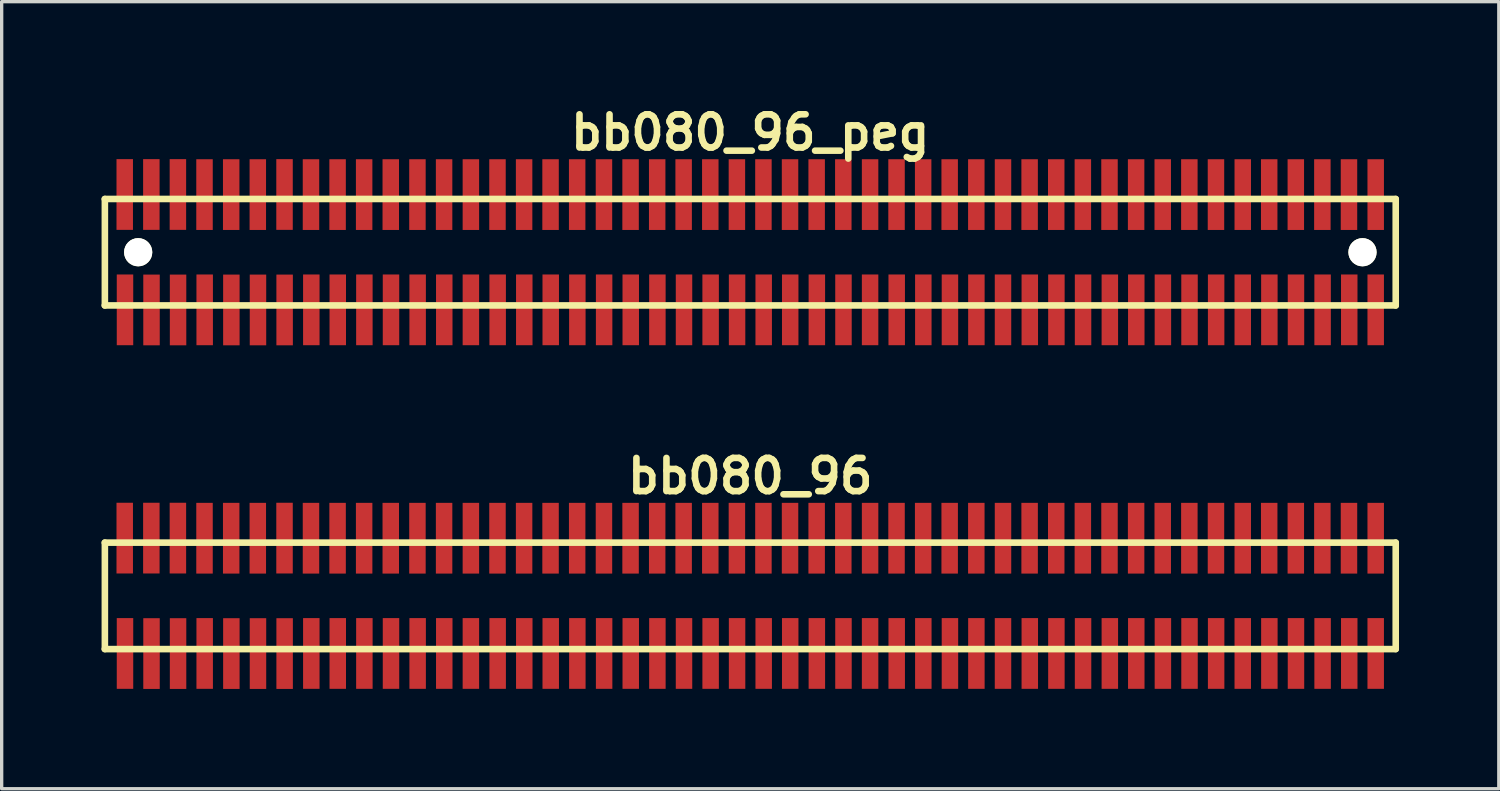
<source format=kicad_pcb>
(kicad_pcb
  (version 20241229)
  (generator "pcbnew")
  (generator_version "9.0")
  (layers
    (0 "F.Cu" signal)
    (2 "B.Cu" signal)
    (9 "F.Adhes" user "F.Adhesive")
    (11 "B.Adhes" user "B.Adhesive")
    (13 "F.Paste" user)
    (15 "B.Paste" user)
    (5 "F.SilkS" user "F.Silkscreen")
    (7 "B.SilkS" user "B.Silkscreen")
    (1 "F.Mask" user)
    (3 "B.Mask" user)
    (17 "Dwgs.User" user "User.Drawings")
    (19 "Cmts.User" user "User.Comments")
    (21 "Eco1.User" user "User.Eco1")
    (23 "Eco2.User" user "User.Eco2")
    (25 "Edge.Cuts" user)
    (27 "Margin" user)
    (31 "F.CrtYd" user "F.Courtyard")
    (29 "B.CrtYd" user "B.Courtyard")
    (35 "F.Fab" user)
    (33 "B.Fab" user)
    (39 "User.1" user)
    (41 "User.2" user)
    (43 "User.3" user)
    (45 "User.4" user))
  (footprint "bb080_96_peg"
    (layer "F.Cu")
    (at 19.5 4.531)
    (property "Reference" "bb080_96_peg" (at 0 -3.599 0) (layer "F.SilkS") (effects (font (size 0.998 0.998) (thickness 0.198))))
    (attr through_hole)
    (fp_line (start -19.401 -1.6) (end 19.401 -1.6) (stroke (width 0.198) (type solid)) (layer "F.SilkS"))
    (fp_line (start -19.398 -1.6) (end -19.398 1.6) (stroke (width 0.198) (type solid)) (layer "F.SilkS"))
    (fp_line (start 19.401 1.6) (end -19.401 1.6) (stroke (width 0.198) (type solid)) (layer "F.SilkS"))
    (fp_line (start 19.401 1.6) (end 19.401 -1.6) (stroke (width 0.198) (type solid)) (layer "F.SilkS"))
    (pad "" np_thru_hole circle (at -18.397 0) (size 0.848 0.848) (drill 0.848) (layers "*.Cu" "*.Mask" "F.SilkS"))
    (pad "" np_thru_hole circle (at 18.402 0) (size 0.848 0.848) (drill 0.848) (layers "*.Cu" "*.Mask" "F.SilkS"))
    (pad "1" smd rect (at -18.793 1.732) (size 0.495 2.126) (layers "F.Cu" "F.Mask" "F.Paste"))
    (pad "2" smd rect (at -18.801 -1.735) (size 0.495 2.126) (layers "F.Cu" "F.Mask" "F.Paste"))
    (pad "3" smd rect (at -17.996 1.735) (size 0.495 2.126) (layers "F.Cu" "F.Mask" "F.Paste"))
    (pad "4" smd rect (at -18.001 -1.735) (size 0.495 2.126) (layers "F.Cu" "F.Mask" "F.Paste"))
    (pad "5" smd rect (at -17.198 1.735) (size 0.495 2.126) (layers "F.Cu" "F.Mask" "F.Paste"))
    (pad "6" smd rect (at -17.203 -1.735) (size 0.495 2.126) (layers "F.Cu" "F.Mask" "F.Paste"))
    (pad "7" smd rect (at -16.398 1.732) (size 0.495 2.126) (layers "F.Cu" "F.Mask" "F.Paste"))
    (pad "8" smd rect (at -16.403 -1.732) (size 0.495 2.126) (layers "F.Cu" "F.Mask" "F.Paste"))
    (pad "9" smd rect (at -15.596 1.735) (size 0.495 2.126) (layers "F.Cu" "F.Mask" "F.Paste"))
    (pad "10" smd rect (at -15.601 -1.732) (size 0.495 2.126) (layers "F.Cu" "F.Mask" "F.Paste"))
    (pad "11" smd rect (at -14.796 1.735) (size 0.495 2.126) (layers "F.Cu" "F.Mask" "F.Paste"))
    (pad "12" smd rect (at -14.801 -1.732) (size 0.495 2.126) (layers "F.Cu" "F.Mask" "F.Paste"))
    (pad "13" smd rect (at -13.995 1.735) (size 0.495 2.126) (layers "F.Cu" "F.Mask" "F.Paste"))
    (pad "14" smd rect (at -13.998 -1.735) (size 0.495 2.126) (layers "F.Cu" "F.Mask" "F.Paste"))
    (pad "15" smd rect (at -13.193 1.732) (size 0.495 2.126) (layers "F.Cu" "F.Mask" "F.Paste"))
    (pad "16" smd rect (at -13.203 -1.732) (size 0.495 2.126) (layers "F.Cu" "F.Mask" "F.Paste"))
    (pad "17" smd rect (at -12.398 1.732) (size 0.495 2.126) (layers "F.Cu" "F.Mask" "F.Paste"))
    (pad "18" smd rect (at -12.403 -1.732) (size 0.495 2.126) (layers "F.Cu" "F.Mask" "F.Paste"))
    (pad "19" smd rect (at -11.598 1.732) (size 0.495 2.126) (layers "F.Cu" "F.Mask" "F.Paste"))
    (pad "20" smd rect (at -11.605 -1.732) (size 0.495 2.126) (layers "F.Cu" "F.Mask" "F.Paste"))
    (pad "21" smd rect (at -10.798 1.732) (size 0.495 2.126) (layers "F.Cu" "F.Mask" "F.Paste"))
    (pad "22" smd rect (at -10.805 -1.732) (size 0.495 2.126) (layers "F.Cu" "F.Mask" "F.Paste"))
    (pad "23" smd rect (at -9.997 1.732) (size 0.495 2.126) (layers "F.Cu" "F.Mask" "F.Paste"))
    (pad "24" smd rect (at -10.003 -1.732) (size 0.495 2.126) (layers "F.Cu" "F.Mask" "F.Paste"))
    (pad "25" smd rect (at -9.197 1.732) (size 0.495 2.126) (layers "F.Cu" "F.Mask" "F.Paste"))
    (pad "26" smd rect (at -9.202 -1.732) (size 0.495 2.126) (layers "F.Cu" "F.Mask" "F.Paste"))
    (pad "27" smd rect (at -8.397 1.732) (size 0.495 2.126) (layers "F.Cu" "F.Mask" "F.Paste"))
    (pad "28" smd rect (at -8.397 -1.732) (size 0.495 2.126) (layers "F.Cu" "F.Mask" "F.Paste"))
    (pad "29" smd rect (at -7.592 1.732) (size 0.495 2.126) (layers "F.Cu" "F.Mask" "F.Paste"))
    (pad "30" smd rect (at -7.597 -1.732) (size 0.495 2.126) (layers "F.Cu" "F.Mask" "F.Paste"))
    (pad "31" smd rect (at -6.792 1.732) (size 0.495 2.126) (layers "F.Cu" "F.Mask" "F.Paste"))
    (pad "32" smd rect (at -6.797 -1.732) (size 0.495 2.126) (layers "F.Cu" "F.Mask" "F.Paste"))
    (pad "33" smd rect (at -5.997 1.732) (size 0.495 2.126) (layers "F.Cu" "F.Mask" "F.Paste"))
    (pad "34" smd rect (at -6.002 -1.732) (size 0.495 2.126) (layers "F.Cu" "F.Mask" "F.Paste"))
    (pad "35" smd rect (at -5.197 1.732) (size 0.495 2.126) (layers "F.Cu" "F.Mask" "F.Paste"))
    (pad "36" smd rect (at -5.202 -1.732) (size 0.495 2.126) (layers "F.Cu" "F.Mask" "F.Paste"))
    (pad "37" smd rect (at -4.392 1.732) (size 0.495 2.126) (layers "F.Cu" "F.Mask" "F.Paste"))
    (pad "38" smd rect (at -4.397 -1.732) (size 0.495 2.126) (layers "F.Cu" "F.Mask" "F.Paste"))
    (pad "39" smd rect (at -3.592 1.732) (size 0.495 2.126) (layers "F.Cu" "F.Mask" "F.Paste"))
    (pad "40" smd rect (at -3.597 -1.732) (size 0.495 2.126) (layers "F.Cu" "F.Mask" "F.Paste"))
    (pad "41" smd rect (at -2.791 1.732) (size 0.495 2.126) (layers "F.Cu" "F.Mask" "F.Paste"))
    (pad "42" smd rect (at -2.797 -1.732) (size 0.495 2.126) (layers "F.Cu" "F.Mask" "F.Paste"))
    (pad "43" smd rect (at -1.991 1.732) (size 0.495 2.126) (layers "F.Cu" "F.Mask" "F.Paste"))
    (pad "44" smd rect (at -2.002 -1.732) (size 0.495 2.126) (layers "F.Cu" "F.Mask" "F.Paste"))
    (pad "45" smd rect (at -1.191 1.732) (size 0.495 2.126) (layers "F.Cu" "F.Mask" "F.Paste"))
    (pad "46" smd rect (at -1.201 -1.732) (size 0.495 2.126) (layers "F.Cu" "F.Mask" "F.Paste"))
    (pad "47" smd rect (at -0.396 1.732) (size 0.495 2.126) (layers "F.Cu" "F.Mask" "F.Paste"))
    (pad "48" smd rect (at -0.401 -1.732) (size 0.495 2.126) (layers "F.Cu" "F.Mask" "F.Paste"))
    (pad "49" smd rect (at 0.404 1.732) (size 0.495 2.126) (layers "F.Cu" "F.Mask" "F.Paste"))
    (pad "50" smd rect (at 0.396 -1.732) (size 0.495 2.126) (layers "F.Cu" "F.Mask" "F.Paste"))
    (pad "51" smd rect (at 1.201 1.732) (size 0.495 2.126) (layers "F.Cu" "F.Mask" "F.Paste"))
    (pad "52" smd rect (at 1.196 -1.732) (size 0.495 2.126) (layers "F.Cu" "F.Mask" "F.Paste"))
    (pad "53" smd rect (at 2.002 1.732) (size 0.495 2.126) (layers "F.Cu" "F.Mask" "F.Paste"))
    (pad "54" smd rect (at 1.996 -1.732) (size 0.495 2.126) (layers "F.Cu" "F.Mask" "F.Paste"))
    (pad "55" smd rect (at 2.802 1.732) (size 0.495 2.126) (layers "F.Cu" "F.Mask" "F.Paste"))
    (pad "56" smd rect (at 2.797 -1.732) (size 0.495 2.126) (layers "F.Cu" "F.Mask" "F.Paste"))
    (pad "57" smd rect (at 3.602 1.732) (size 0.495 2.126) (layers "F.Cu" "F.Mask" "F.Paste"))
    (pad "58" smd rect (at 3.602 -1.732) (size 0.495 2.126) (layers "F.Cu" "F.Mask" "F.Paste"))
    (pad "59" smd rect (at 4.402 1.732) (size 0.495 2.126) (layers "F.Cu" "F.Mask" "F.Paste"))
    (pad "60" smd rect (at 4.397 -1.732) (size 0.495 2.126) (layers "F.Cu" "F.Mask" "F.Paste"))
    (pad "61" smd rect (at 5.202 1.732) (size 0.495 2.126) (layers "F.Cu" "F.Mask" "F.Paste"))
    (pad "62" smd rect (at 5.197 -1.732) (size 0.495 2.126) (layers "F.Cu" "F.Mask" "F.Paste"))
    (pad "63" smd rect (at 6.002 1.732) (size 0.495 2.126) (layers "F.Cu" "F.Mask" "F.Paste"))
    (pad "64" smd rect (at 5.994 -1.732) (size 0.495 2.126) (layers "F.Cu" "F.Mask" "F.Paste"))
    (pad "65" smd rect (at 6.797 1.732) (size 0.495 2.126) (layers "F.Cu" "F.Mask" "F.Paste"))
    (pad "66" smd rect (at 6.795 -1.732) (size 0.495 2.126) (layers "F.Cu" "F.Mask" "F.Paste"))
    (pad "67" smd rect (at 7.597 1.732) (size 0.495 2.126) (layers "F.Cu" "F.Mask" "F.Paste"))
    (pad "68" smd rect (at 7.597 -1.732) (size 0.495 2.126) (layers "F.Cu" "F.Mask" "F.Paste"))
    (pad "69" smd rect (at 8.402 1.732) (size 0.495 2.126) (layers "F.Cu" "F.Mask" "F.Paste"))
    (pad "70" smd rect (at 8.397 -1.732) (size 0.495 2.126) (layers "F.Cu" "F.Mask" "F.Paste"))
    (pad "71" smd rect (at 9.202 1.732) (size 0.495 2.126) (layers "F.Cu" "F.Mask" "F.Paste"))
    (pad "72" smd rect (at 9.197 -1.732) (size 0.495 2.126) (layers "F.Cu" "F.Mask" "F.Paste"))
    (pad "73" smd rect (at 10.003 1.732) (size 0.495 2.126) (layers "F.Cu" "F.Mask" "F.Paste"))
    (pad "74" smd rect (at 9.997 -1.732) (size 0.495 2.126) (layers "F.Cu" "F.Mask" "F.Paste"))
    (pad "75" smd rect (at 10.808 1.732) (size 0.495 2.126) (layers "F.Cu" "F.Mask" "F.Paste"))
    (pad "76" smd rect (at 10.798 -1.732) (size 0.495 2.126) (layers "F.Cu" "F.Mask" "F.Paste"))
    (pad "77" smd rect (at 11.603 1.732) (size 0.495 2.126) (layers "F.Cu" "F.Mask" "F.Paste"))
    (pad "78" smd rect (at 11.598 -1.732) (size 0.495 2.126) (layers "F.Cu" "F.Mask" "F.Paste"))
    (pad "79" smd rect (at 12.403 1.732) (size 0.495 2.126) (layers "F.Cu" "F.Mask" "F.Paste"))
    (pad "80" smd rect (at 12.398 -1.732) (size 0.495 2.126) (layers "F.Cu" "F.Mask" "F.Paste"))
    (pad "81" smd rect (at 13.203 1.732) (size 0.495 2.126) (layers "F.Cu" "F.Mask" "F.Paste"))
    (pad "82" smd rect (at 13.198 -1.732) (size 0.495 2.126) (layers "F.Cu" "F.Mask" "F.Paste"))
    (pad "83" smd rect (at 14.003 1.732) (size 0.495 2.126) (layers "F.Cu" "F.Mask" "F.Paste"))
    (pad "84" smd rect (at 13.998 -1.732) (size 0.495 2.126) (layers "F.Cu" "F.Mask" "F.Paste"))
    (pad "85" smd rect (at 14.803 1.732) (size 0.495 2.126) (layers "F.Cu" "F.Mask" "F.Paste"))
    (pad "86" smd rect (at 14.803 -1.732) (size 0.495 2.126) (layers "F.Cu" "F.Mask" "F.Paste"))
    (pad "87" smd rect (at 15.603 1.732) (size 0.495 2.126) (layers "F.Cu" "F.Mask" "F.Paste"))
    (pad "88" smd rect (at 15.598 -1.732) (size 0.495 2.126) (layers "F.Cu" "F.Mask" "F.Paste"))
    (pad "89" smd rect (at 16.403 1.732) (size 0.495 2.126) (layers "F.Cu" "F.Mask" "F.Paste"))
    (pad "90" smd rect (at 16.398 -1.732) (size 0.495 2.126) (layers "F.Cu" "F.Mask" "F.Paste"))
    (pad "91" smd rect (at 17.203 1.732) (size 0.495 2.126) (layers "F.Cu" "F.Mask" "F.Paste"))
    (pad "92" smd rect (at 17.196 -1.732) (size 0.495 2.126) (layers "F.Cu" "F.Mask" "F.Paste"))
    (pad "93" smd rect (at 18.004 1.732) (size 0.495 2.126) (layers "F.Cu" "F.Mask" "F.Paste"))
    (pad "94" smd rect (at 17.996 -1.732) (size 0.495 2.126) (layers "F.Cu" "F.Mask" "F.Paste"))
    (pad "95" smd rect (at 18.799 1.732) (size 0.495 2.126) (layers "F.Cu" "F.Mask" "F.Paste"))
    (pad "96" smd rect (at 18.799 -1.732) (size 0.495 2.126) (layers "F.Cu" "F.Mask" "F.Paste")))
  (footprint "bb080_96"
    (layer "F.Cu")
    (at 19.5 14.859)
    (property "Reference" "bb080_96" (at 0 -3.599 0) (layer "F.SilkS") (effects (font (size 0.998 0.998) (thickness 0.198))))
    (attr through_hole)
    (fp_line (start -19.401 -1.6) (end 19.401 -1.6) (stroke (width 0.198) (type solid)) (layer "F.SilkS"))
    (fp_line (start -19.398 -1.6) (end -19.398 1.6) (stroke (width 0.198) (type solid)) (layer "F.SilkS"))
    (fp_line (start 19.401 1.6) (end -19.401 1.6) (stroke (width 0.198) (type solid)) (layer "F.SilkS"))
    (fp_line (start 19.401 1.6) (end 19.401 -1.6) (stroke (width 0.198) (type solid)) (layer "F.SilkS"))
    (pad "1" smd rect (at -18.793 1.732) (size 0.495 2.126) (layers "F.Cu" "F.Mask" "F.Paste"))
    (pad "2" smd rect (at -18.801 -1.735) (size 0.495 2.126) (layers "F.Cu" "F.Mask" "F.Paste"))
    (pad "3" smd rect (at -17.996 1.735) (size 0.495 2.126) (layers "F.Cu" "F.Mask" "F.Paste"))
    (pad "4" smd rect (at -18.001 -1.735) (size 0.495 2.126) (layers "F.Cu" "F.Mask" "F.Paste"))
    (pad "5" smd rect (at -17.198 1.735) (size 0.495 2.126) (layers "F.Cu" "F.Mask" "F.Paste"))
    (pad "6" smd rect (at -17.203 -1.735) (size 0.495 2.126) (layers "F.Cu" "F.Mask" "F.Paste"))
    (pad "7" smd rect (at -16.398 1.732) (size 0.495 2.126) (layers "F.Cu" "F.Mask" "F.Paste"))
    (pad "8" smd rect (at -16.403 -1.732) (size 0.495 2.126) (layers "F.Cu" "F.Mask" "F.Paste"))
    (pad "9" smd rect (at -15.596 1.735) (size 0.495 2.126) (layers "F.Cu" "F.Mask" "F.Paste"))
    (pad "10" smd rect (at -15.601 -1.732) (size 0.495 2.126) (layers "F.Cu" "F.Mask" "F.Paste"))
    (pad "11" smd rect (at -14.796 1.735) (size 0.495 2.126) (layers "F.Cu" "F.Mask" "F.Paste"))
    (pad "12" smd rect (at -14.801 -1.732) (size 0.495 2.126) (layers "F.Cu" "F.Mask" "F.Paste"))
    (pad "13" smd rect (at -13.995 1.735) (size 0.495 2.126) (layers "F.Cu" "F.Mask" "F.Paste"))
    (pad "14" smd rect (at -13.998 -1.735) (size 0.495 2.126) (layers "F.Cu" "F.Mask" "F.Paste"))
    (pad "15" smd rect (at -13.193 1.732) (size 0.495 2.126) (layers "F.Cu" "F.Mask" "F.Paste"))
    (pad "16" smd rect (at -13.203 -1.732) (size 0.495 2.126) (layers "F.Cu" "F.Mask" "F.Paste"))
    (pad "17" smd rect (at -12.398 1.732) (size 0.495 2.126) (layers "F.Cu" "F.Mask" "F.Paste"))
    (pad "18" smd rect (at -12.403 -1.732) (size 0.495 2.126) (layers "F.Cu" "F.Mask" "F.Paste"))
    (pad "19" smd rect (at -11.598 1.732) (size 0.495 2.126) (layers "F.Cu" "F.Mask" "F.Paste"))
    (pad "20" smd rect (at -11.605 -1.732) (size 0.495 2.126) (layers "F.Cu" "F.Mask" "F.Paste"))
    (pad "21" smd rect (at -10.798 1.732) (size 0.495 2.126) (layers "F.Cu" "F.Mask" "F.Paste"))
    (pad "22" smd rect (at -10.805 -1.732) (size 0.495 2.126) (layers "F.Cu" "F.Mask" "F.Paste"))
    (pad "23" smd rect (at -9.997 1.732) (size 0.495 2.126) (layers "F.Cu" "F.Mask" "F.Paste"))
    (pad "24" smd rect (at -10.003 -1.732) (size 0.495 2.126) (layers "F.Cu" "F.Mask" "F.Paste"))
    (pad "25" smd rect (at -9.197 1.732) (size 0.495 2.126) (layers "F.Cu" "F.Mask" "F.Paste"))
    (pad "26" smd rect (at -9.202 -1.732) (size 0.495 2.126) (layers "F.Cu" "F.Mask" "F.Paste"))
    (pad "27" smd rect (at -8.397 1.732) (size 0.495 2.126) (layers "F.Cu" "F.Mask" "F.Paste"))
    (pad "28" smd rect (at -8.397 -1.732) (size 0.495 2.126) (layers "F.Cu" "F.Mask" "F.Paste"))
    (pad "29" smd rect (at -7.592 1.732) (size 0.495 2.126) (layers "F.Cu" "F.Mask" "F.Paste"))
    (pad "30" smd rect (at -7.597 -1.732) (size 0.495 2.126) (layers "F.Cu" "F.Mask" "F.Paste"))
    (pad "31" smd rect (at -6.792 1.732) (size 0.495 2.126) (layers "F.Cu" "F.Mask" "F.Paste"))
    (pad "32" smd rect (at -6.797 -1.732) (size 0.495 2.126) (layers "F.Cu" "F.Mask" "F.Paste"))
    (pad "33" smd rect (at -5.997 1.732) (size 0.495 2.126) (layers "F.Cu" "F.Mask" "F.Paste"))
    (pad "34" smd rect (at -6.002 -1.732) (size 0.495 2.126) (layers "F.Cu" "F.Mask" "F.Paste"))
    (pad "35" smd rect (at -5.197 1.732) (size 0.495 2.126) (layers "F.Cu" "F.Mask" "F.Paste"))
    (pad "36" smd rect (at -5.202 -1.732) (size 0.495 2.126) (layers "F.Cu" "F.Mask" "F.Paste"))
    (pad "37" smd rect (at -4.392 1.732) (size 0.495 2.126) (layers "F.Cu" "F.Mask" "F.Paste"))
    (pad "38" smd rect (at -4.397 -1.732) (size 0.495 2.126) (layers "F.Cu" "F.Mask" "F.Paste"))
    (pad "39" smd rect (at -3.592 1.732) (size 0.495 2.126) (layers "F.Cu" "F.Mask" "F.Paste"))
    (pad "40" smd rect (at -3.597 -1.732) (size 0.495 2.126) (layers "F.Cu" "F.Mask" "F.Paste"))
    (pad "41" smd rect (at -2.791 1.732) (size 0.495 2.126) (layers "F.Cu" "F.Mask" "F.Paste"))
    (pad "42" smd rect (at -2.797 -1.732) (size 0.495 2.126) (layers "F.Cu" "F.Mask" "F.Paste"))
    (pad "43" smd rect (at -1.991 1.732) (size 0.495 2.126) (layers "F.Cu" "F.Mask" "F.Paste"))
    (pad "44" smd rect (at -2.002 -1.732) (size 0.495 2.126) (layers "F.Cu" "F.Mask" "F.Paste"))
    (pad "45" smd rect (at -1.191 1.732) (size 0.495 2.126) (layers "F.Cu" "F.Mask" "F.Paste"))
    (pad "46" smd rect (at -1.201 -1.732) (size 0.495 2.126) (layers "F.Cu" "F.Mask" "F.Paste"))
    (pad "47" smd rect (at -0.396 1.732) (size 0.495 2.126) (layers "F.Cu" "F.Mask" "F.Paste"))
    (pad "48" smd rect (at -0.401 -1.732) (size 0.495 2.126) (layers "F.Cu" "F.Mask" "F.Paste"))
    (pad "49" smd rect (at 0.404 1.732) (size 0.495 2.126) (layers "F.Cu" "F.Mask" "F.Paste"))
    (pad "50" smd rect (at 0.396 -1.732) (size 0.495 2.126) (layers "F.Cu" "F.Mask" "F.Paste"))
    (pad "51" smd rect (at 1.201 1.732) (size 0.495 2.126) (layers "F.Cu" "F.Mask" "F.Paste"))
    (pad "52" smd rect (at 1.196 -1.732) (size 0.495 2.126) (layers "F.Cu" "F.Mask" "F.Paste"))
    (pad "53" smd rect (at 2.002 1.732) (size 0.495 2.126) (layers "F.Cu" "F.Mask" "F.Paste"))
    (pad "54" smd rect (at 1.996 -1.732) (size 0.495 2.126) (layers "F.Cu" "F.Mask" "F.Paste"))
    (pad "55" smd rect (at 2.802 1.732) (size 0.495 2.126) (layers "F.Cu" "F.Mask" "F.Paste"))
    (pad "56" smd rect (at 2.797 -1.732) (size 0.495 2.126) (layers "F.Cu" "F.Mask" "F.Paste"))
    (pad "57" smd rect (at 3.602 1.732) (size 0.495 2.126) (layers "F.Cu" "F.Mask" "F.Paste"))
    (pad "58" smd rect (at 3.602 -1.732) (size 0.495 2.126) (layers "F.Cu" "F.Mask" "F.Paste"))
    (pad "59" smd rect (at 4.402 1.732) (size 0.495 2.126) (layers "F.Cu" "F.Mask" "F.Paste"))
    (pad "60" smd rect (at 4.397 -1.732) (size 0.495 2.126) (layers "F.Cu" "F.Mask" "F.Paste"))
    (pad "61" smd rect (at 5.202 1.732) (size 0.495 2.126) (layers "F.Cu" "F.Mask" "F.Paste"))
    (pad "62" smd rect (at 5.197 -1.732) (size 0.495 2.126) (layers "F.Cu" "F.Mask" "F.Paste"))
    (pad "63" smd rect (at 6.002 1.732) (size 0.495 2.126) (layers "F.Cu" "F.Mask" "F.Paste"))
    (pad "64" smd rect (at 5.994 -1.732) (size 0.495 2.126) (layers "F.Cu" "F.Mask" "F.Paste"))
    (pad "65" smd rect (at 6.797 1.732) (size 0.495 2.126) (layers "F.Cu" "F.Mask" "F.Paste"))
    (pad "66" smd rect (at 6.795 -1.732) (size 0.495 2.126) (layers "F.Cu" "F.Mask" "F.Paste"))
    (pad "67" smd rect (at 7.597 1.732) (size 0.495 2.126) (layers "F.Cu" "F.Mask" "F.Paste"))
    (pad "68" smd rect (at 7.597 -1.732) (size 0.495 2.126) (layers "F.Cu" "F.Mask" "F.Paste"))
    (pad "69" smd rect (at 8.402 1.732) (size 0.495 2.126) (layers "F.Cu" "F.Mask" "F.Paste"))
    (pad "70" smd rect (at 8.397 -1.732) (size 0.495 2.126) (layers "F.Cu" "F.Mask" "F.Paste"))
    (pad "71" smd rect (at 9.202 1.732) (size 0.495 2.126) (layers "F.Cu" "F.Mask" "F.Paste"))
    (pad "72" smd rect (at 9.197 -1.732) (size 0.495 2.126) (layers "F.Cu" "F.Mask" "F.Paste"))
    (pad "73" smd rect (at 10.003 1.732) (size 0.495 2.126) (layers "F.Cu" "F.Mask" "F.Paste"))
    (pad "74" smd rect (at 9.997 -1.732) (size 0.495 2.126) (layers "F.Cu" "F.Mask" "F.Paste"))
    (pad "75" smd rect (at 10.808 1.732) (size 0.495 2.126) (layers "F.Cu" "F.Mask" "F.Paste"))
    (pad "76" smd rect (at 10.798 -1.732) (size 0.495 2.126) (layers "F.Cu" "F.Mask" "F.Paste"))
    (pad "77" smd rect (at 11.603 1.732) (size 0.495 2.126) (layers "F.Cu" "F.Mask" "F.Paste"))
    (pad "78" smd rect (at 11.598 -1.732) (size 0.495 2.126) (layers "F.Cu" "F.Mask" "F.Paste"))
    (pad "79" smd rect (at 12.403 1.732) (size 0.495 2.126) (layers "F.Cu" "F.Mask" "F.Paste"))
    (pad "80" smd rect (at 12.398 -1.732) (size 0.495 2.126) (layers "F.Cu" "F.Mask" "F.Paste"))
    (pad "81" smd rect (at 13.203 1.732) (size 0.495 2.126) (layers "F.Cu" "F.Mask" "F.Paste"))
    (pad "82" smd rect (at 13.198 -1.732) (size 0.495 2.126) (layers "F.Cu" "F.Mask" "F.Paste"))
    (pad "83" smd rect (at 14.003 1.732) (size 0.495 2.126) (layers "F.Cu" "F.Mask" "F.Paste"))
    (pad "84" smd rect (at 13.998 -1.732) (size 0.495 2.126) (layers "F.Cu" "F.Mask" "F.Paste"))
    (pad "85" smd rect (at 14.803 1.732) (size 0.495 2.126) (layers "F.Cu" "F.Mask" "F.Paste"))
    (pad "86" smd rect (at 14.803 -1.732) (size 0.495 2.126) (layers "F.Cu" "F.Mask" "F.Paste"))
    (pad "87" smd rect (at 15.603 1.732) (size 0.495 2.126) (layers "F.Cu" "F.Mask" "F.Paste"))
    (pad "88" smd rect (at 15.598 -1.732) (size 0.495 2.126) (layers "F.Cu" "F.Mask" "F.Paste"))
    (pad "89" smd rect (at 16.403 1.732) (size 0.495 2.126) (layers "F.Cu" "F.Mask" "F.Paste"))
    (pad "90" smd rect (at 16.398 -1.732) (size 0.495 2.126) (layers "F.Cu" "F.Mask" "F.Paste"))
    (pad "91" smd rect (at 17.203 1.732) (size 0.495 2.126) (layers "F.Cu" "F.Mask" "F.Paste"))
    (pad "92" smd rect (at 17.196 -1.732) (size 0.495 2.126) (layers "F.Cu" "F.Mask" "F.Paste"))
    (pad "93" smd rect (at 18.004 1.732) (size 0.495 2.126) (layers "F.Cu" "F.Mask" "F.Paste"))
    (pad "94" smd rect (at 17.996 -1.732) (size 0.495 2.126) (layers "F.Cu" "F.Mask" "F.Paste"))
    (pad "95" smd rect (at 18.799 1.732) (size 0.495 2.126) (layers "F.Cu" "F.Mask" "F.Paste"))
    (pad "96" smd rect (at 18.799 -1.732) (size 0.495 2.126) (layers "F.Cu" "F.Mask" "F.Paste")))
  (gr_rect
    (start -3 -3)
    (end 41.999 20.657)
    (stroke (width 0.1) (type default))
    (fill no)
    (layer "Edge.Cuts")))
</source>
